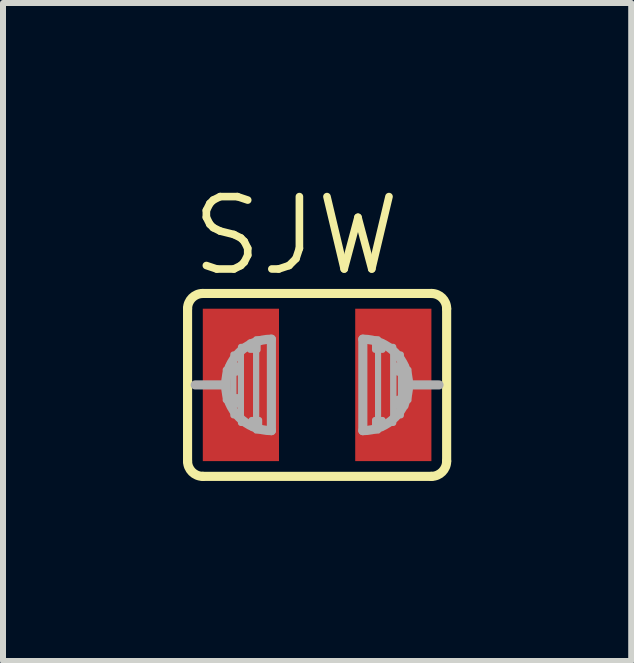
<source format=kicad_pcb>
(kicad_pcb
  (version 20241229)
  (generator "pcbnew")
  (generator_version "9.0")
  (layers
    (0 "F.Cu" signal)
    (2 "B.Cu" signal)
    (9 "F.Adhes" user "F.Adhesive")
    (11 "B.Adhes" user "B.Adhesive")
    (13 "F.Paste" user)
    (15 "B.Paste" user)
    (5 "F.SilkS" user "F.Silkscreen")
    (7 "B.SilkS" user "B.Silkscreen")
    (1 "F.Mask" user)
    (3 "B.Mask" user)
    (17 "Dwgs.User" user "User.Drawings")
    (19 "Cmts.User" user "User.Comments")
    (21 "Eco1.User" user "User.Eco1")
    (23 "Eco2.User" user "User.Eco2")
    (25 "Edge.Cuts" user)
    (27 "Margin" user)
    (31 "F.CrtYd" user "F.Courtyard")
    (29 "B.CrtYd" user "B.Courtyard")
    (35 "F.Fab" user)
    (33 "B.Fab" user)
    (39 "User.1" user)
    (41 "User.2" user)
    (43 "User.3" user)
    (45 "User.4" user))
  (footprint "SJW"
    (layer "F.Cu")
    (at 2.235 3.365)
    (property "Reference" "SJW" (at -2.159 -1.778 0) (layer "F.SilkS") (effects (font (size 1.206 1.206) (thickness 0.127)) (justify left bottom)))
    (attr through_hole)
    (fp_line (start -2.159 1.27) (end -2.159 -1.27) (stroke (width 0.152) (type solid)) (layer "F.SilkS"))
    (fp_line (start -1.905 -1.524) (end 1.905 -1.524) (stroke (width 0.152) (type solid)) (layer "F.SilkS"))
    (fp_line (start 1.905 1.524) (end -1.905 1.524) (stroke (width 0.152) (type solid)) (layer "F.SilkS"))
    (fp_line (start 2.159 1.27) (end 2.159 -1.27) (stroke (width 0.152) (type solid)) (layer "F.SilkS"))
    (fp_arc (start -2.159 -1.27) (mid -2.084605 -1.449605) (end -1.905 -1.524) (stroke (width 0.1524) (type solid)) (layer "F.SilkS"))
    (fp_arc (start -1.905 1.524) (mid -2.084605 1.449605) (end -2.159 1.27) (stroke (width 0.1524) (type solid)) (layer "F.SilkS"))
    (fp_arc (start 1.905 -1.524) (mid 2.084605 -1.449605) (end 2.159 -1.27) (stroke (width 0.1524) (type solid)) (layer "F.SilkS"))
    (fp_arc (start 2.159 1.27) (mid 2.084605 1.449605) (end 1.905 1.524) (stroke (width 0.1524) (type solid)) (layer "F.SilkS"))
    (fp_line (start -1.524 0) (end -2.032 0) (stroke (width 0.152) (type solid)) (layer "F.Fab"))
    (fp_line (start -0.762 -0.762) (end -0.762 0.762) (stroke (width 0.152) (type solid)) (layer "F.Fab"))
    (fp_line (start 0.762 -0.762) (end 0.762 0.762) (stroke (width 0.152) (type solid)) (layer "F.Fab"))
    (fp_line (start 1.524 0) (end 2.032 0) (stroke (width 0.152) (type solid)) (layer "F.Fab"))
    (fp_arc (start -0.762 0.762) (mid -1.524 0) (end -0.762 -0.762) (stroke (width 0.1524) (type solid)) (layer "F.Fab"))
    (fp_arc (start 0.762 -0.762) (mid 1.524 0) (end 0.762 0.762) (stroke (width 0.1524) (type solid)) (layer "F.Fab"))
    (fp_poly (pts (xy -1.524 0.254) (xy -1.397 0.254) (xy -1.397 -0.254) (xy -1.524 -0.254)) (stroke (width 0.1) (type solid)) (fill no) (layer "F.Fab"))
    (fp_poly (pts (xy -1.473 -0.203) (xy -1.346 -0.203) (xy -1.346 -0.33) (xy -1.473 -0.33)) (stroke (width 0.1) (type solid)) (fill no) (layer "F.Fab"))
    (fp_poly (pts (xy -1.448 0.33) (xy -1.321 0.33) (xy -1.321 0.203) (xy -1.448 0.203)) (stroke (width 0.1) (type solid)) (fill no) (layer "F.Fab"))
    (fp_poly (pts (xy -1.397 0.508) (xy -1.27 0.508) (xy -1.27 -0.508) (xy -1.397 -0.508)) (stroke (width 0.1) (type solid)) (fill no) (layer "F.Fab"))
    (fp_poly (pts (xy -1.27 0.635) (xy -1.016 0.635) (xy -1.016 -0.635) (xy -1.27 -0.635)) (stroke (width 0.1) (type solid)) (fill no) (layer "F.Fab"))
    (fp_poly (pts (xy -1.118 -0.584) (xy -0.991 -0.584) (xy -0.991 -0.711) (xy -1.118 -0.711)) (stroke (width 0.1) (type solid)) (fill no) (layer "F.Fab"))
    (fp_poly (pts (xy -1.092 0.711) (xy -0.965 0.711) (xy -0.965 0.584) (xy -1.092 0.584)) (stroke (width 0.1) (type solid)) (fill no) (layer "F.Fab"))
    (fp_poly (pts (xy -1.016 0.762) (xy -0.762 0.762) (xy -0.762 -0.762) (xy -1.016 -0.762)) (stroke (width 0.1) (type solid)) (fill no) (layer "F.Fab"))
    (fp_poly (pts (xy 0.762 0.762) (xy 1.016 0.762) (xy 1.016 -0.762) (xy 0.762 -0.762)) (stroke (width 0.1) (type solid)) (fill no) (layer "F.Fab"))
    (fp_poly (pts (xy 0.965 -0.584) (xy 1.092 -0.584) (xy 1.092 -0.711) (xy 0.965 -0.711)) (stroke (width 0.1) (type solid)) (fill no) (layer "F.Fab"))
    (fp_poly (pts (xy 0.965 0.711) (xy 1.092 0.711) (xy 1.092 0.584) (xy 0.965 0.584)) (stroke (width 0.1) (type solid)) (fill no) (layer "F.Fab"))
    (fp_poly (pts (xy 1.016 0.635) (xy 1.27 0.635) (xy 1.27 -0.635) (xy 1.016 -0.635)) (stroke (width 0.1) (type solid)) (fill no) (layer "F.Fab"))
    (fp_poly (pts (xy 1.27 0.508) (xy 1.397 0.508) (xy 1.397 -0.508) (xy 1.27 -0.508)) (stroke (width 0.1) (type solid)) (fill no) (layer "F.Fab"))
    (fp_poly (pts (xy 1.346 -0.203) (xy 1.473 -0.203) (xy 1.473 -0.33) (xy 1.346 -0.33)) (stroke (width 0.1) (type solid)) (fill no) (layer "F.Fab"))
    (fp_poly (pts (xy 1.346 0.356) (xy 1.473 0.356) (xy 1.473 0.229) (xy 1.346 0.229)) (stroke (width 0.1) (type solid)) (fill no) (layer "F.Fab"))
    (fp_poly (pts (xy 1.397 0.254) (xy 1.524 0.254) (xy 1.524 -0.254) (xy 1.397 -0.254)) (stroke (width 0.1) (type solid)) (fill no) (layer "F.Fab"))
    (pad "1" smd rect (at -1.27 0) (size 1.27 2.54) (layers "F.Cu" "F.Mask" "F.Paste"))
    (pad "2" smd rect (at 1.27 0) (size 1.27 2.54) (layers "F.Cu" "F.Mask" "F.Paste")))
  (gr_rect
    (start -3 -3)
    (end 7.47 7.966)
    (stroke (width 0.1) (type default))
    (fill no)
    (layer "Edge.Cuts")))
</source>
